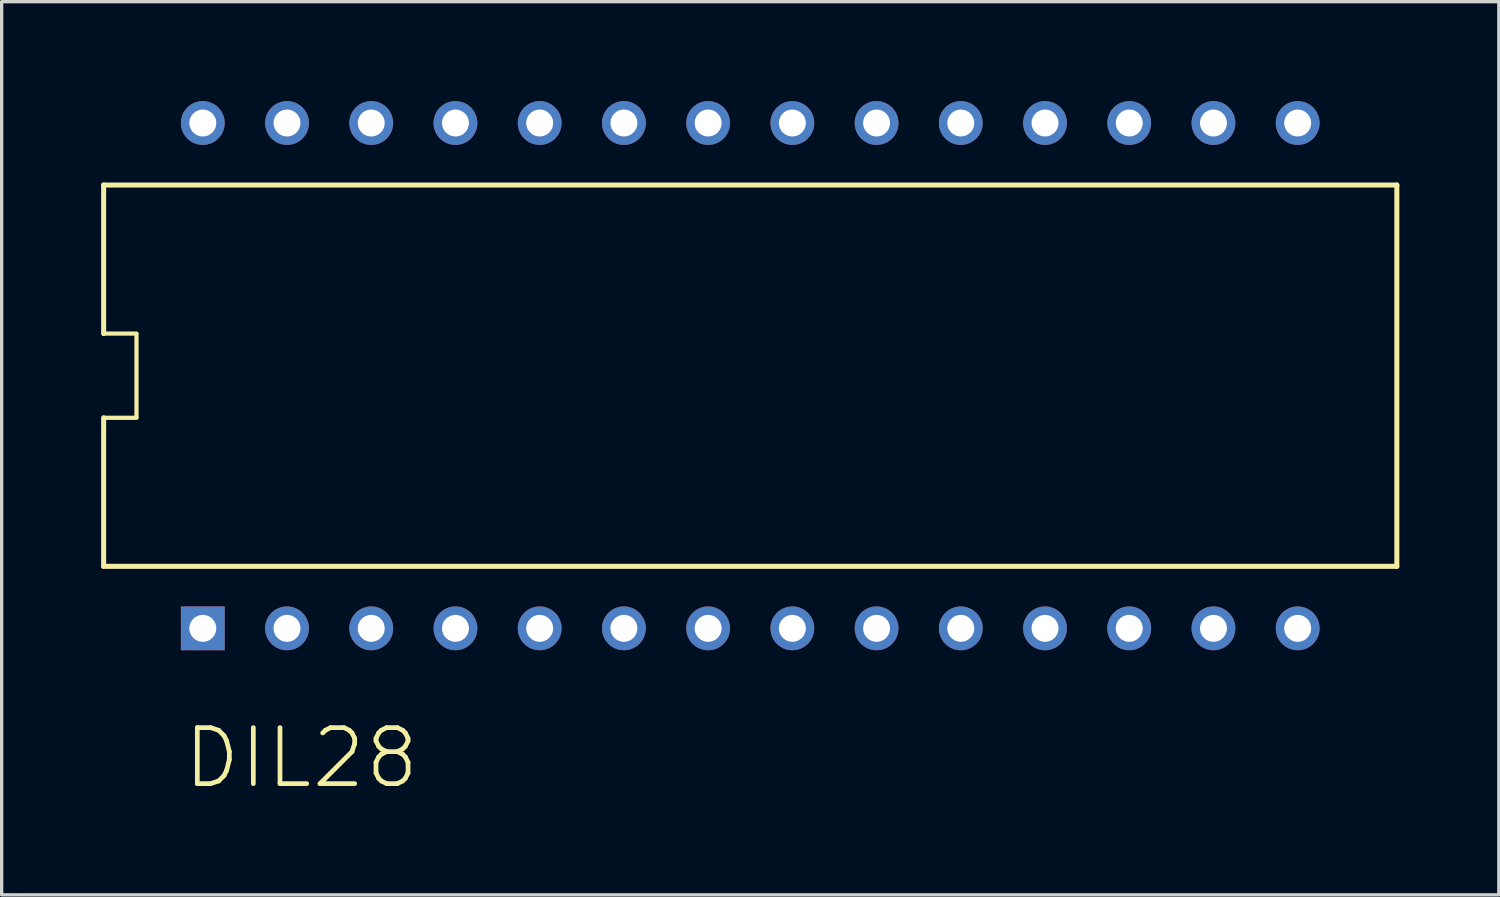
<source format=kicad_pcb>
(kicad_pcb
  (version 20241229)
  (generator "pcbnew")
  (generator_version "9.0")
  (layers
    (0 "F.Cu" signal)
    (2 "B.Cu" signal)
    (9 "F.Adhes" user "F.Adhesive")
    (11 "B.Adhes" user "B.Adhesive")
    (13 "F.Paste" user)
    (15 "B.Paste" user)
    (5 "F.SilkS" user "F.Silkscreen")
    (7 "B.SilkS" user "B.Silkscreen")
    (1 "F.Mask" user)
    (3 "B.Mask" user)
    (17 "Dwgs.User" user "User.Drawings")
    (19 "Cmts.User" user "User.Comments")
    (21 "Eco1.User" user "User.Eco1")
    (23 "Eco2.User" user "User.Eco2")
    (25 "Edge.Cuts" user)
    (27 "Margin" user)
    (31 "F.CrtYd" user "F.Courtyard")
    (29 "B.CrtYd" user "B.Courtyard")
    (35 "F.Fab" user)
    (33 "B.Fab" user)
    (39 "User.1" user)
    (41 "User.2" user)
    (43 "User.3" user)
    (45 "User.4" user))
  (footprint "DIL28"
    (layer "F.Cu")
    (at 19.576 8.28)
    (property "Reference" "DIL28" (at -9.906 10.541 0) (layer "F.SilkS") (effects (font (size 1.689 1.689) (thickness 0.142)) (justify right top)))
    (attr through_hole)
    (fp_line (start -19.5 -5.75) (end -19.5 -1.27) (stroke (width 0.152) (type solid)) (layer "F.SilkS"))
    (fp_line (start -19.5 -1.27) (end -18.51 -1.27) (stroke (width 0.127) (type solid)) (layer "F.SilkS"))
    (fp_line (start -19.5 1.27) (end -18.51 1.27) (stroke (width 0.127) (type solid)) (layer "F.SilkS"))
    (fp_line (start -19.5 5.75) (end -19.5 1.27) (stroke (width 0.152) (type solid)) (layer "F.SilkS"))
    (fp_line (start -19.5 5.75) (end 19.5 5.75) (stroke (width 0.152) (type solid)) (layer "F.SilkS"))
    (fp_line (start -18.51 1.25) (end -18.51 -1.25) (stroke (width 0.127) (type solid)) (layer "F.SilkS"))
    (fp_line (start 19.5 -5.75) (end -19.5 -5.75) (stroke (width 0.152) (type solid)) (layer "F.SilkS"))
    (fp_line (start 19.5 -5.75) (end 19.5 5.75) (stroke (width 0.152) (type solid)) (layer "F.SilkS"))
    (pad "1" thru_hole rect (at -16.51 7.62 90) (size 1.321 1.321) (drill 0.813) (layers "*.Cu" "*.Mask"))
    (pad "2" thru_hole circle (at -13.97 7.62 90) (size 1.321 1.321) (drill 0.813) (layers "*.Cu" "*.Mask"))
    (pad "3" thru_hole circle (at -11.43 7.62 90) (size 1.321 1.321) (drill 0.813) (layers "*.Cu" "*.Mask"))
    (pad "4" thru_hole circle (at -8.89 7.62 90) (size 1.321 1.321) (drill 0.813) (layers "*.Cu" "*.Mask"))
    (pad "5" thru_hole circle (at -6.35 7.62 90) (size 1.321 1.321) (drill 0.813) (layers "*.Cu" "*.Mask"))
    (pad "6" thru_hole circle (at -3.81 7.62 90) (size 1.321 1.321) (drill 0.813) (layers "*.Cu" "*.Mask"))
    (pad "7" thru_hole circle (at -1.27 7.62 90) (size 1.321 1.321) (drill 0.813) (layers "*.Cu" "*.Mask"))
    (pad "8" thru_hole circle (at 1.27 7.62 90) (size 1.321 1.321) (drill 0.813) (layers "*.Cu" "*.Mask"))
    (pad "9" thru_hole circle (at 3.81 7.62 90) (size 1.321 1.321) (drill 0.813) (layers "*.Cu" "*.Mask"))
    (pad "10" thru_hole circle (at 6.35 7.62 90) (size 1.321 1.321) (drill 0.813) (layers "*.Cu" "*.Mask"))
    (pad "11" thru_hole circle (at 8.89 7.62 90) (size 1.321 1.321) (drill 0.813) (layers "*.Cu" "*.Mask"))
    (pad "12" thru_hole circle (at 11.43 7.62 90) (size 1.321 1.321) (drill 0.813) (layers "*.Cu" "*.Mask"))
    (pad "13" thru_hole circle (at 13.97 7.62 90) (size 1.321 1.321) (drill 0.813) (layers "*.Cu" "*.Mask"))
    (pad "14" thru_hole circle (at 16.51 7.62 90) (size 1.321 1.321) (drill 0.813) (layers "*.Cu" "*.Mask"))
    (pad "15" thru_hole circle (at 16.51 -7.62 90) (size 1.321 1.321) (drill 0.813) (layers "*.Cu" "*.Mask"))
    (pad "16" thru_hole circle (at 13.97 -7.62 90) (size 1.321 1.321) (drill 0.813) (layers "*.Cu" "*.Mask"))
    (pad "17" thru_hole circle (at 11.43 -7.62 90) (size 1.321 1.321) (drill 0.813) (layers "*.Cu" "*.Mask"))
    (pad "18" thru_hole circle (at 8.89 -7.62 90) (size 1.321 1.321) (drill 0.813) (layers "*.Cu" "*.Mask"))
    (pad "19" thru_hole circle (at 6.35 -7.62 90) (size 1.321 1.321) (drill 0.813) (layers "*.Cu" "*.Mask"))
    (pad "20" thru_hole circle (at 3.81 -7.62 90) (size 1.321 1.321) (drill 0.813) (layers "*.Cu" "*.Mask"))
    (pad "21" thru_hole circle (at 1.27 -7.62 90) (size 1.321 1.321) (drill 0.813) (layers "*.Cu" "*.Mask"))
    (pad "22" thru_hole circle (at -1.27 -7.62 90) (size 1.321 1.321) (drill 0.813) (layers "*.Cu" "*.Mask"))
    (pad "23" thru_hole circle (at -3.81 -7.62 90) (size 1.321 1.321) (drill 0.813) (layers "*.Cu" "*.Mask"))
    (pad "24" thru_hole circle (at -6.35 -7.62 90) (size 1.321 1.321) (drill 0.813) (layers "*.Cu" "*.Mask"))
    (pad "25" thru_hole circle (at -8.89 -7.62 90) (size 1.321 1.321) (drill 0.813) (layers "*.Cu" "*.Mask"))
    (pad "26" thru_hole circle (at -11.43 -7.62 90) (size 1.321 1.321) (drill 0.813) (layers "*.Cu" "*.Mask"))
    (pad "27" thru_hole circle (at -13.97 -7.62 90) (size 1.321 1.321) (drill 0.813) (layers "*.Cu" "*.Mask"))
    (pad "28" thru_hole circle (at -16.51 -7.62 90) (size 1.321 1.321) (drill 0.813) (layers "*.Cu" "*.Mask")))
  (gr_rect
    (start -3 -3)
    (end 42.152 23.937)
    (stroke (width 0.1) (type default))
    (fill no)
    (layer "Edge.Cuts")))
</source>
